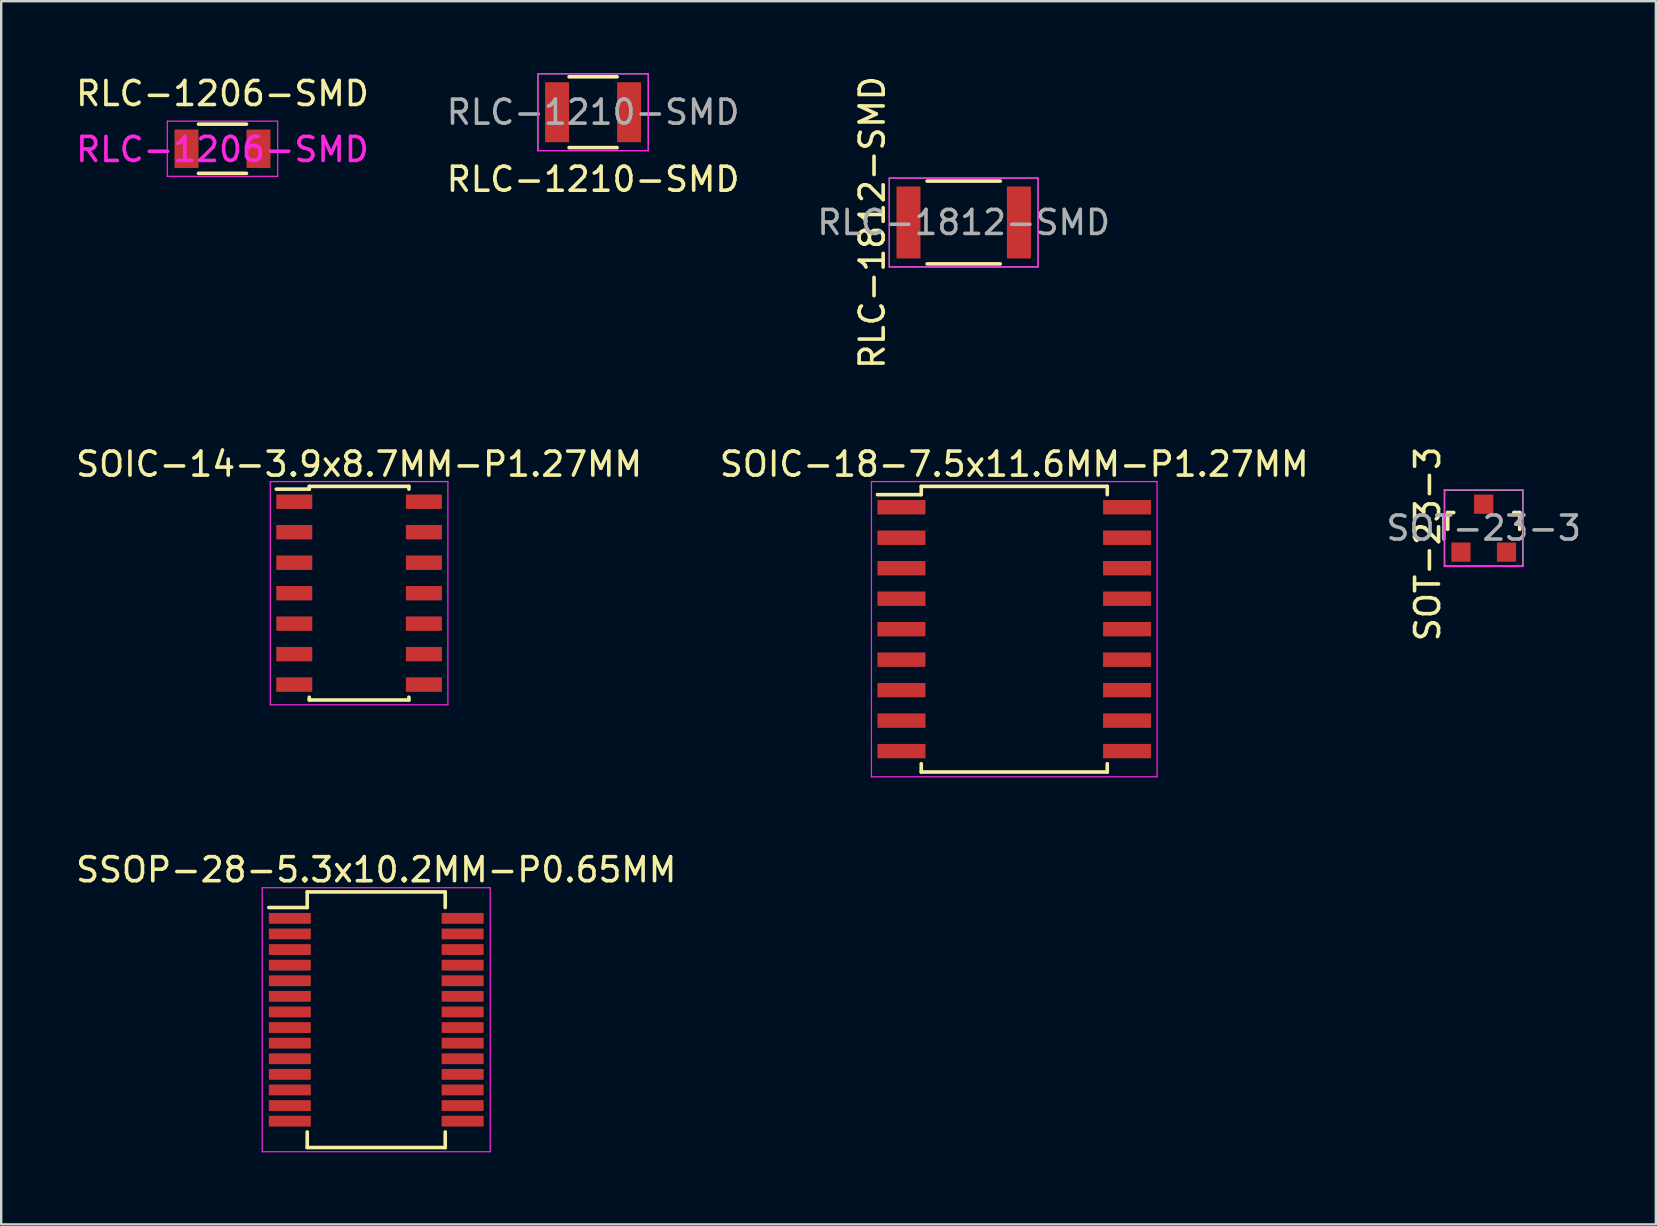
<source format=kicad_pcb>
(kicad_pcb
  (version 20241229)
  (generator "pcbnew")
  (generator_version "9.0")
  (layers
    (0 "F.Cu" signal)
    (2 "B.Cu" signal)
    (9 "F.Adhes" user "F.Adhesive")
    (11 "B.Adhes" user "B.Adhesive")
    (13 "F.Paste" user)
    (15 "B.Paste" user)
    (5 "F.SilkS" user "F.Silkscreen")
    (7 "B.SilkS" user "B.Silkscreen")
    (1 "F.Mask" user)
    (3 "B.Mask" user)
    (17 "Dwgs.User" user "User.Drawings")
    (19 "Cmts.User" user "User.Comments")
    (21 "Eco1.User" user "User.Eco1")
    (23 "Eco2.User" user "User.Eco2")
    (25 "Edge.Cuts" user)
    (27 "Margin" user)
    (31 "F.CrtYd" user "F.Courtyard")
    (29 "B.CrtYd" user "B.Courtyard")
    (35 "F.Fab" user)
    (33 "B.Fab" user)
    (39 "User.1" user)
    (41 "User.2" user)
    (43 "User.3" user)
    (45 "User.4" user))
  (footprint "RLC-1812-SMD"
    (layer "F.Cu")
    (at 37.101 6.22)
    (property "Reference" "RLC-1812-SMD" (at 0 0 0) (layer "F.Fab") (effects (font (size 1 1) (thickness 0.15))))
    (attr smd)
    (fp_line (start -1.524 1.725) (end 1.524 1.725) (stroke (width 0.15) (type solid)) (layer "F.SilkS"))
    (fp_line (start 1.524 -1.725) (end -1.524 -1.725) (stroke (width 0.15) (type solid)) (layer "F.SilkS"))
    (fp_line (start -3.1 -1.85) (end -3.1 1.85) (stroke (width 0.05) (type solid)) (layer "F.CrtYd"))
    (fp_line (start -3.1 -1.85) (end 3.1 -1.85) (stroke (width 0.05) (type solid)) (layer "F.CrtYd"))
    (fp_line (start -3.1 1.85) (end 3.1 1.85) (stroke (width 0.05) (type solid)) (layer "F.CrtYd"))
    (fp_line (start 3.1 -1.85) (end 3.1 1.85) (stroke (width 0.05) (type solid)) (layer "F.CrtYd"))
    (fp_line (start -3.1 -1.85) (end -3.1 1.85) (stroke (width 0.05) (type solid)) (layer "F.Fab"))
    (fp_line (start -3.1 -1.85) (end 3.1 -1.85) (stroke (width 0.05) (type solid)) (layer "F.Fab"))
    (fp_line (start -3.1 1.85) (end 3.1 1.85) (stroke (width 0.05) (type solid)) (layer "F.Fab"))
    (fp_line (start 3.1 -1.85) (end 3.1 1.85) (stroke (width 0.05) (type solid)) (layer "F.Fab"))
    (fp_text user "${REFERENCE}" (at -3.81 0 90) (layer "F.SilkS") (effects (font (size 1 1) (thickness 0.15))))
    (pad "1" smd rect (at -2.3 0) (size 1 3) (layers "F.Cu" "F.Mask" "F.Paste"))
    (pad "2" smd rect (at 2.3 0) (size 1 3) (layers "F.Cu" "F.Mask" "F.Paste")))
  (footprint "SOT-23-3"
    (layer "F.Cu")
    (at 58.768 18.953)
    (property "Reference" "SOT-23-3" (at 0 0 180) (layer "F.Fab") (effects (font (size 1 1) (thickness 0.15))))
    (attr smd)
    (fp_line (start -1.5 -0.65) (end -1.251 -0.65) (stroke (width 0.15) (type solid)) (layer "F.SilkS"))
    (fp_line (start -1.5 0.051) (end -1.5 -0.65) (stroke (width 0.15) (type solid)) (layer "F.SilkS"))
    (fp_line (start 1.299 -0.65) (end 1.251 -0.65) (stroke (width 0.15) (type solid)) (layer "F.SilkS"))
    (fp_line (start 1.299 -0.65) (end 1.5 -0.65) (stroke (width 0.15) (type solid)) (layer "F.SilkS"))
    (fp_line (start 1.5 -0.65) (end 1.5 0.051) (stroke (width 0.15) (type solid)) (layer "F.SilkS"))
    (fp_line (start -1.65 -1.6) (end 1.65 -1.6) (stroke (width 0.05) (type solid)) (layer "F.CrtYd"))
    (fp_line (start -1.65 1.6) (end -1.65 -1.6) (stroke (width 0.05) (type solid)) (layer "F.CrtYd"))
    (fp_line (start 1.65 -1.6) (end 1.65 1.6) (stroke (width 0.05) (type solid)) (layer "F.CrtYd"))
    (fp_line (start 1.65 1.6) (end -1.65 1.6) (stroke (width 0.05) (type solid)) (layer "F.CrtYd"))
    (fp_line (start -1.626 -1.575) (end -1.626 1.575) (stroke (width 0.05) (type solid)) (layer "F.Fab"))
    (fp_line (start -1.626 1.575) (end 1.626 1.575) (stroke (width 0.05) (type solid)) (layer "F.Fab"))
    (fp_line (start 1.626 -1.575) (end -1.626 -1.575) (stroke (width 0.05) (type solid)) (layer "F.Fab"))
    (fp_line (start 1.626 1.575) (end 1.626 -1.575) (stroke (width 0.05) (type solid)) (layer "F.Fab"))
    (fp_text user "${REFERENCE}" (at -2.337 0.66 90) (layer "F.SilkS") (effects (font (size 1 1) (thickness 0.15))))
    (pad "1" smd rect (at -0.95 1.001) (size 0.8 0.8) (layers "F.Cu" "F.Mask" "F.Paste"))
    (pad "2" smd rect (at 0.95 1.001) (size 0.8 0.8) (layers "F.Cu" "F.Mask" "F.Paste"))
    (pad "3" smd rect (at 0 -0.998) (size 0.8 0.8) (layers "F.Cu" "F.Mask" "F.Paste")))
  (footprint "SOIC-14-3.9x8.7MM-P1.27MM"
    (layer "F.Cu")
    (at 11.911 21.664)
    (property "Reference" "SOIC-14-3.9x8.7MM-P1.27MM" (at 0 -5.375 0) (layer "F.SilkS") (effects (font (size 1 1) (thickness 0.15))))
    (attr smd)
    (fp_line (start -2.075 -4.45) (end -2.075 -4.335) (stroke (width 0.15) (type solid)) (layer "F.SilkS"))
    (fp_line (start -2.075 -4.45) (end 2.075 -4.45) (stroke (width 0.15) (type solid)) (layer "F.SilkS"))
    (fp_line (start -2.075 -4.335) (end -3.45 -4.335) (stroke (width 0.15) (type solid)) (layer "F.SilkS"))
    (fp_line (start -2.075 4.45) (end -2.075 4.335) (stroke (width 0.15) (type solid)) (layer "F.SilkS"))
    (fp_line (start -2.075 4.45) (end 2.075 4.45) (stroke (width 0.15) (type solid)) (layer "F.SilkS"))
    (fp_line (start 2.075 -4.45) (end 2.075 -4.335) (stroke (width 0.15) (type solid)) (layer "F.SilkS"))
    (fp_line (start 2.075 4.45) (end 2.075 4.335) (stroke (width 0.15) (type solid)) (layer "F.SilkS"))
    (fp_line (start -3.7 -4.65) (end -3.7 4.65) (stroke (width 0.05) (type solid)) (layer "F.CrtYd"))
    (fp_line (start -3.7 -4.65) (end 3.7 -4.65) (stroke (width 0.05) (type solid)) (layer "F.CrtYd"))
    (fp_line (start -3.7 4.65) (end 3.7 4.65) (stroke (width 0.05) (type solid)) (layer "F.CrtYd"))
    (fp_line (start 3.7 -4.65) (end 3.7 4.65) (stroke (width 0.05) (type solid)) (layer "F.CrtYd"))
    (pad "1" smd rect (at -2.7 -3.81) (size 1.5 0.6) (layers "F.Cu" "F.Mask" "F.Paste"))
    (pad "2" smd rect (at -2.7 -2.54) (size 1.5 0.6) (layers "F.Cu" "F.Mask" "F.Paste"))
    (pad "3" smd rect (at -2.7 -1.27) (size 1.5 0.6) (layers "F.Cu" "F.Mask" "F.Paste"))
    (pad "4" smd rect (at -2.7 0) (size 1.5 0.6) (layers "F.Cu" "F.Mask" "F.Paste"))
    (pad "5" smd rect (at -2.7 1.27) (size 1.5 0.6) (layers "F.Cu" "F.Mask" "F.Paste"))
    (pad "6" smd rect (at -2.7 2.54) (size 1.5 0.6) (layers "F.Cu" "F.Mask" "F.Paste"))
    (pad "7" smd rect (at -2.7 3.81) (size 1.5 0.6) (layers "F.Cu" "F.Mask" "F.Paste"))
    (pad "8" smd rect (at 2.7 3.81) (size 1.5 0.6) (layers "F.Cu" "F.Mask" "F.Paste"))
    (pad "9" smd rect (at 2.7 2.54) (size 1.5 0.6) (layers "F.Cu" "F.Mask" "F.Paste"))
    (pad "10" smd rect (at 2.7 1.27) (size 1.5 0.6) (layers "F.Cu" "F.Mask" "F.Paste"))
    (pad "11" smd rect (at 2.7 0) (size 1.5 0.6) (layers "F.Cu" "F.Mask" "F.Paste"))
    (pad "12" smd rect (at 2.7 -1.27) (size 1.5 0.6) (layers "F.Cu" "F.Mask" "F.Paste"))
    (pad "13" smd rect (at 2.7 -2.54) (size 1.5 0.6) (layers "F.Cu" "F.Mask" "F.Paste"))
    (pad "14" smd rect (at 2.7 -3.81) (size 1.5 0.6) (layers "F.Cu" "F.Mask" "F.Paste")))
  (footprint "SSOP-28-5.3x10.2MM-P0.65MM"
    (layer "F.Cu")
    (at 12.625 39.437)
    (property "Reference" "SSOP-28-5.3x10.2MM-P0.65MM" (at 0 -6.25 0) (layer "F.SilkS") (effects (font (size 1 1) (thickness 0.15))))
    (attr smd)
    (fp_line (start -2.875 -5.325) (end -2.875 -4.675) (stroke (width 0.15) (type solid)) (layer "F.SilkS"))
    (fp_line (start -2.875 -5.325) (end 2.875 -5.325) (stroke (width 0.15) (type solid)) (layer "F.SilkS"))
    (fp_line (start -2.875 -4.675) (end -4.475 -4.675) (stroke (width 0.15) (type solid)) (layer "F.SilkS"))
    (fp_line (start -2.875 5.325) (end -2.875 4.675) (stroke (width 0.15) (type solid)) (layer "F.SilkS"))
    (fp_line (start -2.875 5.325) (end 2.875 5.325) (stroke (width 0.15) (type solid)) (layer "F.SilkS"))
    (fp_line (start 2.875 -5.325) (end 2.875 -4.675) (stroke (width 0.15) (type solid)) (layer "F.SilkS"))
    (fp_line (start 2.875 5.325) (end 2.875 4.675) (stroke (width 0.15) (type solid)) (layer "F.SilkS"))
    (fp_line (start -4.75 -5.5) (end -4.75 5.5) (stroke (width 0.05) (type solid)) (layer "F.CrtYd"))
    (fp_line (start -4.75 -5.5) (end 4.75 -5.5) (stroke (width 0.05) (type solid)) (layer "F.CrtYd"))
    (fp_line (start -4.75 5.5) (end 4.75 5.5) (stroke (width 0.05) (type solid)) (layer "F.CrtYd"))
    (fp_line (start 4.75 -5.5) (end 4.75 5.5) (stroke (width 0.05) (type solid)) (layer "F.CrtYd"))
    (pad "1" smd rect (at -3.6 -4.225) (size 1.75 0.45) (layers "F.Cu" "F.Mask" "F.Paste"))
    (pad "2" smd rect (at -3.6 -3.575) (size 1.75 0.45) (layers "F.Cu" "F.Mask" "F.Paste"))
    (pad "3" smd rect (at -3.6 -2.925) (size 1.75 0.45) (layers "F.Cu" "F.Mask" "F.Paste"))
    (pad "4" smd rect (at -3.6 -2.275) (size 1.75 0.45) (layers "F.Cu" "F.Mask" "F.Paste"))
    (pad "5" smd rect (at -3.6 -1.625) (size 1.75 0.45) (layers "F.Cu" "F.Mask" "F.Paste"))
    (pad "6" smd rect (at -3.6 -0.975) (size 1.75 0.45) (layers "F.Cu" "F.Mask" "F.Paste"))
    (pad "7" smd rect (at -3.6 -0.325) (size 1.75 0.45) (layers "F.Cu" "F.Mask" "F.Paste"))
    (pad "8" smd rect (at -3.6 0.325) (size 1.75 0.45) (layers "F.Cu" "F.Mask" "F.Paste"))
    (pad "9" smd rect (at -3.6 0.975) (size 1.75 0.45) (layers "F.Cu" "F.Mask" "F.Paste"))
    (pad "10" smd rect (at -3.6 1.625) (size 1.75 0.45) (layers "F.Cu" "F.Mask" "F.Paste"))
    (pad "11" smd rect (at -3.6 2.275) (size 1.75 0.45) (layers "F.Cu" "F.Mask" "F.Paste"))
    (pad "12" smd rect (at -3.6 2.925) (size 1.75 0.45) (layers "F.Cu" "F.Mask" "F.Paste"))
    (pad "13" smd rect (at -3.6 3.575) (size 1.75 0.45) (layers "F.Cu" "F.Mask" "F.Paste"))
    (pad "14" smd rect (at -3.6 4.225) (size 1.75 0.45) (layers "F.Cu" "F.Mask" "F.Paste"))
    (pad "15" smd rect (at 3.6 4.225) (size 1.75 0.45) (layers "F.Cu" "F.Mask" "F.Paste"))
    (pad "16" smd rect (at 3.6 3.575) (size 1.75 0.45) (layers "F.Cu" "F.Mask" "F.Paste"))
    (pad "17" smd rect (at 3.6 2.925) (size 1.75 0.45) (layers "F.Cu" "F.Mask" "F.Paste"))
    (pad "18" smd rect (at 3.6 2.275) (size 1.75 0.45) (layers "F.Cu" "F.Mask" "F.Paste"))
    (pad "19" smd rect (at 3.6 1.625) (size 1.75 0.45) (layers "F.Cu" "F.Mask" "F.Paste"))
    (pad "20" smd rect (at 3.6 0.975) (size 1.75 0.45) (layers "F.Cu" "F.Mask" "F.Paste"))
    (pad "21" smd rect (at 3.6 0.325) (size 1.75 0.45) (layers "F.Cu" "F.Mask" "F.Paste"))
    (pad "22" smd rect (at 3.6 -0.325) (size 1.75 0.45) (layers "F.Cu" "F.Mask" "F.Paste"))
    (pad "23" smd rect (at 3.6 -0.975) (size 1.75 0.45) (layers "F.Cu" "F.Mask" "F.Paste"))
    (pad "24" smd rect (at 3.6 -1.625) (size 1.75 0.45) (layers "F.Cu" "F.Mask" "F.Paste"))
    (pad "25" smd rect (at 3.6 -2.275) (size 1.75 0.45) (layers "F.Cu" "F.Mask" "F.Paste"))
    (pad "26" smd rect (at 3.6 -2.925) (size 1.75 0.45) (layers "F.Cu" "F.Mask" "F.Paste"))
    (pad "27" smd rect (at 3.6 -3.575) (size 1.75 0.45) (layers "F.Cu" "F.Mask" "F.Paste"))
    (pad "28" smd rect (at 3.6 -4.225) (size 1.75 0.45) (layers "F.Cu" "F.Mask" "F.Paste")))
  (footprint "SOIC-18-7.5x11.6MM-P1.27MM"
    (layer "F.Cu")
    (at 39.208 23.164)
    (property "Reference" "SOIC-18-7.5x11.6MM-P1.27MM" (at 0 -6.875 0) (layer "F.SilkS") (effects (font (size 1 1) (thickness 0.15))))
    (attr smd)
    (fp_line (start -3.875 -5.95) (end -3.875 -5.605) (stroke (width 0.15) (type solid)) (layer "F.SilkS"))
    (fp_line (start -3.875 -5.95) (end 3.875 -5.95) (stroke (width 0.15) (type solid)) (layer "F.SilkS"))
    (fp_line (start -3.875 -5.605) (end -5.7 -5.605) (stroke (width 0.15) (type solid)) (layer "F.SilkS"))
    (fp_line (start -3.875 5.95) (end -3.875 5.605) (stroke (width 0.15) (type solid)) (layer "F.SilkS"))
    (fp_line (start -3.875 5.95) (end 3.875 5.95) (stroke (width 0.15) (type solid)) (layer "F.SilkS"))
    (fp_line (start 3.875 -5.95) (end 3.875 -5.605) (stroke (width 0.15) (type solid)) (layer "F.SilkS"))
    (fp_line (start 3.875 5.95) (end 3.875 5.605) (stroke (width 0.15) (type solid)) (layer "F.SilkS"))
    (fp_line (start -5.95 -6.15) (end -5.95 6.15) (stroke (width 0.05) (type solid)) (layer "F.CrtYd"))
    (fp_line (start -5.95 -6.15) (end 5.95 -6.15) (stroke (width 0.05) (type solid)) (layer "F.CrtYd"))
    (fp_line (start -5.95 6.15) (end 5.95 6.15) (stroke (width 0.05) (type solid)) (layer "F.CrtYd"))
    (fp_line (start 5.95 -6.15) (end 5.95 6.15) (stroke (width 0.05) (type solid)) (layer "F.CrtYd"))
    (pad "1" smd rect (at -4.7 -5.08) (size 2 0.6) (layers "F.Cu" "F.Mask" "F.Paste"))
    (pad "2" smd rect (at -4.7 -3.81) (size 2 0.6) (layers "F.Cu" "F.Mask" "F.Paste"))
    (pad "3" smd rect (at -4.7 -2.54) (size 2 0.6) (layers "F.Cu" "F.Mask" "F.Paste"))
    (pad "4" smd rect (at -4.7 -1.27) (size 2 0.6) (layers "F.Cu" "F.Mask" "F.Paste"))
    (pad "5" smd rect (at -4.7 0) (size 2 0.6) (layers "F.Cu" "F.Mask" "F.Paste"))
    (pad "6" smd rect (at -4.7 1.27) (size 2 0.6) (layers "F.Cu" "F.Mask" "F.Paste"))
    (pad "7" smd rect (at -4.7 2.54) (size 2 0.6) (layers "F.Cu" "F.Mask" "F.Paste"))
    (pad "8" smd rect (at -4.7 3.81) (size 2 0.6) (layers "F.Cu" "F.Mask" "F.Paste"))
    (pad "9" smd rect (at -4.7 5.08) (size 2 0.6) (layers "F.Cu" "F.Mask" "F.Paste"))
    (pad "10" smd rect (at 4.7 5.08) (size 2 0.6) (layers "F.Cu" "F.Mask" "F.Paste"))
    (pad "11" smd rect (at 4.7 3.81) (size 2 0.6) (layers "F.Cu" "F.Mask" "F.Paste"))
    (pad "12" smd rect (at 4.7 2.54) (size 2 0.6) (layers "F.Cu" "F.Mask" "F.Paste"))
    (pad "13" smd rect (at 4.7 1.27) (size 2 0.6) (layers "F.Cu" "F.Mask" "F.Paste"))
    (pad "14" smd rect (at 4.7 0) (size 2 0.6) (layers "F.Cu" "F.Mask" "F.Paste"))
    (pad "15" smd rect (at 4.7 -1.27) (size 2 0.6) (layers "F.Cu" "F.Mask" "F.Paste"))
    (pad "16" smd rect (at 4.7 -2.54) (size 2 0.6) (layers "F.Cu" "F.Mask" "F.Paste"))
    (pad "17" smd rect (at 4.7 -3.81) (size 2 0.6) (layers "F.Cu" "F.Mask" "F.Paste"))
    (pad "18" smd rect (at 4.7 -5.08) (size 2 0.6) (layers "F.Cu" "F.Mask" "F.Paste")))
  (footprint "RLC-1210-SMD"
    (layer "F.Cu")
    (at 21.661 1.625)
    (property "Reference" "RLC-1210-SMD" (at 0 0 0) (layer "F.Fab") (effects (font (size 1 1) (thickness 0.15))))
    (attr smd)
    (fp_line (start -1 1.475) (end 1 1.475) (stroke (width 0.15) (type solid)) (layer "F.SilkS"))
    (fp_line (start 1 -1.475) (end -1 -1.475) (stroke (width 0.15) (type solid)) (layer "F.SilkS"))
    (fp_line (start -2.3 -1.6) (end -2.3 1.6) (stroke (width 0.05) (type solid)) (layer "F.CrtYd"))
    (fp_line (start -2.3 -1.6) (end 2.3 -1.6) (stroke (width 0.05) (type solid)) (layer "F.CrtYd"))
    (fp_line (start -2.3 1.6) (end 2.3 1.6) (stroke (width 0.05) (type solid)) (layer "F.CrtYd"))
    (fp_line (start 2.3 -1.6) (end 2.3 1.6) (stroke (width 0.05) (type solid)) (layer "F.CrtYd"))
    (fp_line (start -2.3 -1.6) (end -2.3 1.6) (stroke (width 0.05) (type solid)) (layer "F.Fab"))
    (fp_line (start -2.3 -1.6) (end 2.3 -1.6) (stroke (width 0.05) (type solid)) (layer "F.Fab"))
    (fp_line (start -2.3 1.6) (end 2.3 1.6) (stroke (width 0.05) (type solid)) (layer "F.Fab"))
    (fp_line (start 2.3 -1.6) (end 2.3 1.6) (stroke (width 0.05) (type solid)) (layer "F.Fab"))
    (fp_text user "${REFERENCE}" (at 0 2.794 0) (layer "F.SilkS") (effects (font (size 1 1) (thickness 0.15))))
    (pad "1" smd rect (at -1.5 0) (size 1 2.5) (layers "F.Cu" "F.Mask" "F.Paste"))
    (pad "2" smd rect (at 1.5 0) (size 1 2.5) (layers "F.Cu" "F.Mask" "F.Paste")))
  (footprint "RLC-1206-SMD"
    (layer "F.Cu")
    (at 6.22 3.148)
    (property "Reference" "RLC-1206-SMD" (at 0 -2.3 0) (layer "F.SilkS") (effects (font (size 1 1) (thickness 0.15))))
    (attr smd)
    (fp_line (start -1 1.025) (end 1 1.025) (stroke (width 0.15) (type solid)) (layer "F.SilkS"))
    (fp_line (start 1 -1.025) (end -1 -1.025) (stroke (width 0.15) (type solid)) (layer "F.SilkS"))
    (fp_line (start -2.3 -1.15) (end -2.3 1.15) (stroke (width 0.05) (type solid)) (layer "F.CrtYd"))
    (fp_line (start -2.3 -1.15) (end 2.3 -1.15) (stroke (width 0.05) (type solid)) (layer "F.CrtYd"))
    (fp_line (start -2.3 1.15) (end 2.3 1.15) (stroke (width 0.05) (type solid)) (layer "F.CrtYd"))
    (fp_line (start 2.3 -1.15) (end 2.3 1.15) (stroke (width 0.05) (type solid)) (layer "F.CrtYd"))
    (fp_text user "${REFERENCE}" (at 0 0.03 0) (layer "F.CrtYd") (effects (font (size 1 1) (thickness 0.15))))
    (pad "1" smd rect (at -1.5 0) (size 1 1.6) (layers "F.Cu" "F.Mask" "F.Paste"))
    (pad "2" smd rect (at 1.5 0) (size 1 1.6) (layers "F.Cu" "F.Mask" "F.Paste")))
  (gr_rect
    (start -3 -3)
    (end 65.94 47.962)
    (stroke (width 0.1) (type default))
    (fill no)
    (layer "Edge.Cuts")))
</source>
